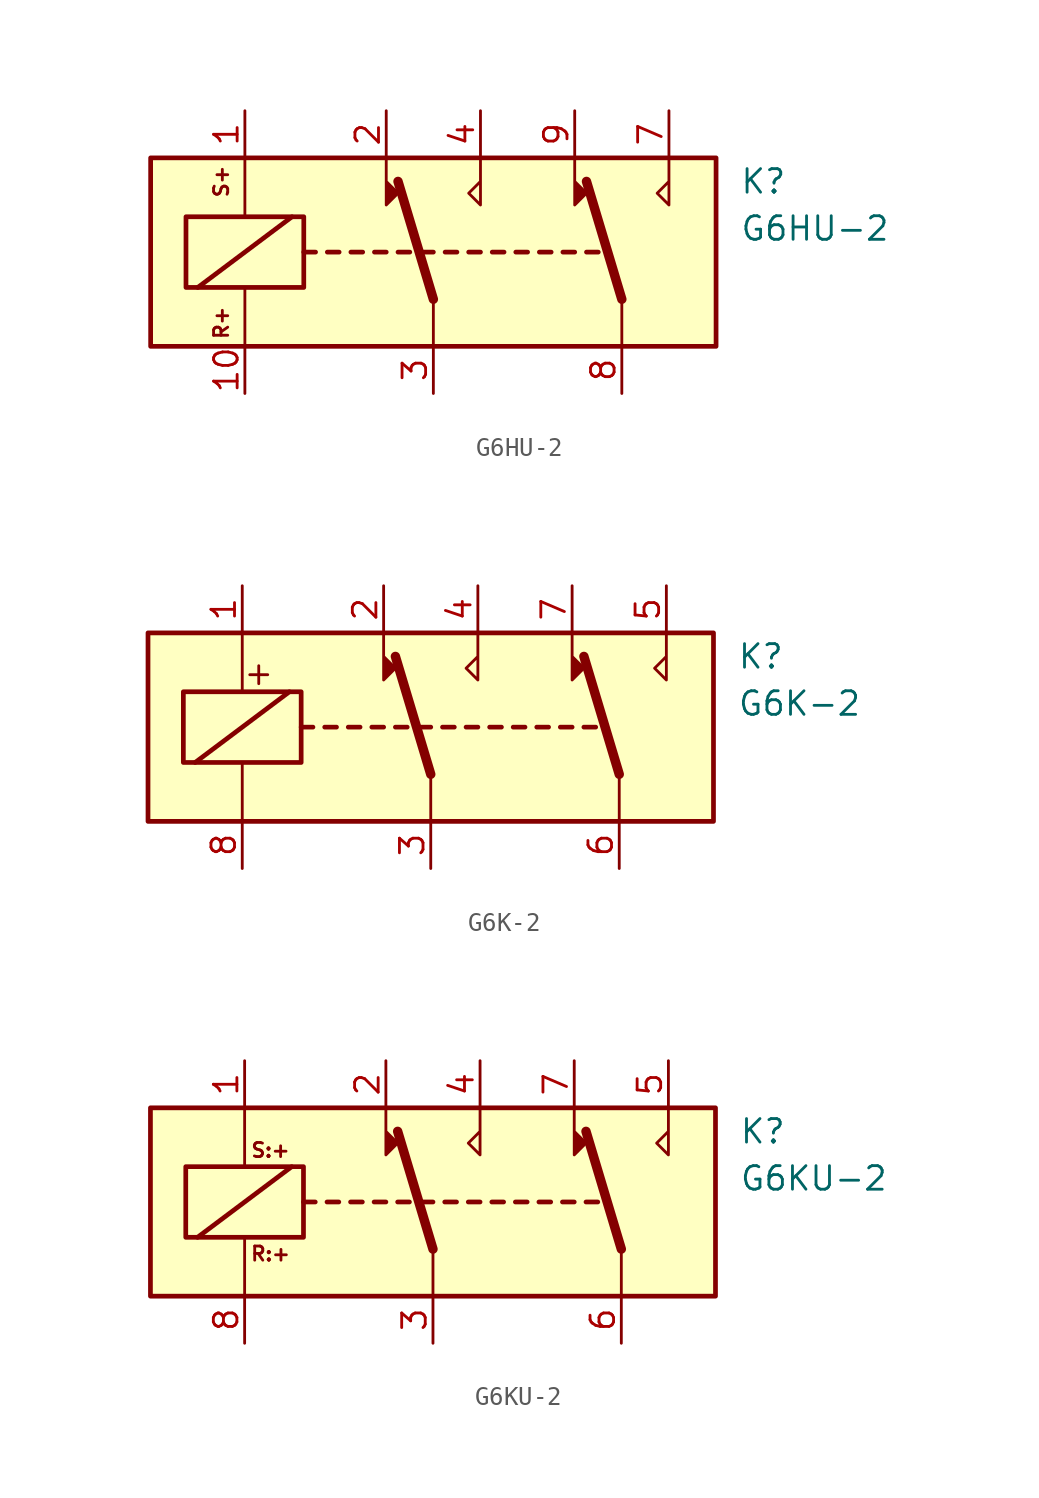
<source format=kicad_sym>
(kicad_symbol_lib
  (version 20201005)
  (generator kicad_symbol_editor)
  (symbol "Relay:G6HU-2"
    (property "Reference" "K"
      (at 16.51 3.81 0)
      (effects (font (size 1.27 1.27)) (justify left)))
    (property "Value" "G6HU-2"
      (at 16.51 1.27 0)
      (effects (font (size 1.27 1.27)) (justify left)))
    (symbol "G6HU-2_0_0"
      (text "R+" (at -11.43 -3.81 900) (effects (font (size 0.762 0.762))))
      (text "S+" (at -11.43 3.81 900) (effects (font (size 0.762 0.762)))))
    (symbol "G6HU-2_0_1"
      (rectangle (start -15.24 5.08) (end 15.24 -5.08) (stroke (width 0.254)) (fill (type background)))
      (rectangle (start -13.335 1.905) (end -6.985 -1.905) (stroke (width 0.254)) (fill (type none)))
      (polyline (pts (xy -12.7 -1.905) (xy -7.62 1.905)) (stroke (width 0.254)) (fill (type none)))
      (polyline (pts (xy -10.16 -5.08) (xy -10.16 -1.905)) (stroke (width 0)) (fill (type none)))
      (polyline (pts (xy -10.16 5.08) (xy -10.16 1.905)) (stroke (width 0)) (fill (type none)))
      (polyline (pts (xy -6.985 0) (xy -6.35 0)) (stroke (width 0.254)) (fill (type none)))
      (polyline (pts (xy -5.715 0) (xy -5.08 0)) (stroke (width 0.254)) (fill (type none)))
      (polyline (pts (xy -4.445 0) (xy -3.81 0)) (stroke (width 0.254)) (fill (type none)))
      (polyline (pts (xy -3.175 0) (xy -2.54 0)) (stroke (width 0.254)) (fill (type none)))
      (polyline (pts (xy -1.905 0) (xy -1.27 0)) (stroke (width 0.254)) (fill (type none)))
      (polyline (pts (xy -0.635 0) (xy 0 0)) (stroke (width 0.254)) (fill (type none)))
      (polyline (pts (xy 0 -2.54) (xy -1.905 3.81)) (stroke (width 0.508)) (fill (type none)))
      (polyline (pts (xy 0 -2.54) (xy 0 -5.08)) (stroke (width 0)) (fill (type none)))
      (polyline (pts (xy 0.635 0) (xy 1.27 0)) (stroke (width 0.254)) (fill (type none)))
      (polyline (pts (xy 1.905 0) (xy 2.54 0)) (stroke (width 0.254)) (fill (type none)))
      (polyline (pts (xy 3.175 0) (xy 3.81 0)) (stroke (width 0.254)) (fill (type none)))
      (polyline (pts (xy 4.445 0) (xy 5.08 0)) (stroke (width 0.254)) (fill (type none)))
      (polyline (pts (xy 5.715 0) (xy 6.35 0)) (stroke (width 0.254)) (fill (type none)))
      (polyline (pts (xy 6.985 0) (xy 7.62 0)) (stroke (width 0.254)) (fill (type none)))
      (polyline (pts (xy 8.255 0) (xy 8.89 0)) (stroke (width 0.254)) (fill (type none)))
      (polyline (pts (xy 10.16 -2.54) (xy 8.255 3.81)) (stroke (width 0.508)) (fill (type none)))
      (polyline (pts (xy 10.16 -2.54) (xy 10.16 -5.08)) (stroke (width 0)) (fill (type none)))
      (polyline (pts (xy -2.54 5.08) (xy -2.54 2.54) (xy -1.905 3.175) (xy -2.54 3.81)) (stroke (width 0)) (fill (type outline)))
      (polyline (pts (xy 2.54 5.08) (xy 2.54 2.54) (xy 1.905 3.175) (xy 2.54 3.81)) (stroke (width 0)) (fill (type none)))
      (polyline (pts (xy 7.62 5.08) (xy 7.62 2.54) (xy 8.255 3.175) (xy 7.62 3.81)) (stroke (width 0)) (fill (type outline)))
      (polyline (pts (xy 12.7 5.08) (xy 12.7 2.54) (xy 12.065 3.175) (xy 12.7 3.81)) (stroke (width 0)) (fill (type none))))
    (symbol "G6HU-2_1_1"
      (pin passive line (at -10.16 7.62 270) (length 2.54) (name "~" (effects (font (size 1.27 1.27)))) (number "1" (effects (font (size 1.27 1.27)))))
      (pin passive line (at -10.16 -7.62 90) (length 2.54) (name "~" (effects (font (size 1.27 1.27)))) (number "10" (effects (font (size 1.27 1.27)))))
      (pin passive line (at -2.54 7.62 270) (length 2.54) (name "~" (effects (font (size 1.27 1.27)))) (number "2" (effects (font (size 1.27 1.27)))))
      (pin passive line (at 0 -7.62 90) (length 2.54) (name "~" (effects (font (size 1.27 1.27)))) (number "3" (effects (font (size 1.27 1.27)))))
      (pin passive line (at 2.54 7.62 270) (length 2.54) (name "~" (effects (font (size 1.27 1.27)))) (number "4" (effects (font (size 1.27 1.27)))))
      (pin no_connect line (at 5.08 -5.08 90) (length 2.54) hide (name "NC" (effects (font (size 1.27 1.27)))) (number "5" (effects (font (size 1.27 1.27)))))
      (pin no_connect line (at 2.54 -5.08 90) (length 2.54) hide (name "NC" (effects (font (size 1.27 1.27)))) (number "6" (effects (font (size 1.27 1.27)))))
      (pin passive line (at 12.7 7.62 270) (length 2.54) (name "~" (effects (font (size 1.27 1.27)))) (number "7" (effects (font (size 1.27 1.27)))))
      (pin passive line (at 10.16 -7.62 90) (length 2.54) (name "~" (effects (font (size 1.27 1.27)))) (number "8" (effects (font (size 1.27 1.27)))))
      (pin passive line (at 7.62 7.62 270) (length 2.54) (name "~" (effects (font (size 1.27 1.27)))) (number "9" (effects (font (size 1.27 1.27)))))))
  (symbol "Relay:G6K-2"
    (property "Reference" "K"
      (at 16.51 3.81 0)
      (effects (font (size 1.27 1.27)) (justify left)))
    (property "Value" "G6K-2"
      (at 16.51 1.27 0)
      (effects (font (size 1.27 1.27)) (justify left)))
    (symbol "G6K-2_0_0"
      (text "+" (at -9.271 2.921 0) (effects (font (size 1.27 1.27)))))
    (symbol "G6K-2_0_1"
      (rectangle (start -15.24 5.08) (end 15.24 -5.08) (stroke (width 0.254)) (fill (type background)))
      (rectangle (start -13.335 1.905) (end -6.985 -1.905) (stroke (width 0.254)) (fill (type none)))
      (polyline (pts (xy -12.7 -1.905) (xy -7.62 1.905)) (stroke (width 0.254)) (fill (type none)))
      (polyline (pts (xy -10.16 -5.08) (xy -10.16 -1.905)) (stroke (width 0)) (fill (type none)))
      (polyline (pts (xy -10.16 5.08) (xy -10.16 1.905)) (stroke (width 0)) (fill (type none)))
      (polyline (pts (xy -6.985 0) (xy -6.35 0)) (stroke (width 0.254)) (fill (type none)))
      (polyline (pts (xy -5.715 0) (xy -5.08 0)) (stroke (width 0.254)) (fill (type none)))
      (polyline (pts (xy -4.445 0) (xy -3.81 0)) (stroke (width 0.254)) (fill (type none)))
      (polyline (pts (xy -3.175 0) (xy -2.54 0)) (stroke (width 0.254)) (fill (type none)))
      (polyline (pts (xy -1.905 0) (xy -1.27 0)) (stroke (width 0.254)) (fill (type none)))
      (polyline (pts (xy -0.635 0) (xy 0 0)) (stroke (width 0.254)) (fill (type none)))
      (polyline (pts (xy 0 -2.54) (xy -1.905 3.81)) (stroke (width 0.508)) (fill (type none)))
      (polyline (pts (xy 0 -2.54) (xy 0 -5.08)) (stroke (width 0)) (fill (type none)))
      (polyline (pts (xy 0.635 0) (xy 1.27 0)) (stroke (width 0.254)) (fill (type none)))
      (polyline (pts (xy 1.905 0) (xy 2.54 0)) (stroke (width 0.254)) (fill (type none)))
      (polyline (pts (xy 3.175 0) (xy 3.81 0)) (stroke (width 0.254)) (fill (type none)))
      (polyline (pts (xy 4.445 0) (xy 5.08 0)) (stroke (width 0.254)) (fill (type none)))
      (polyline (pts (xy 5.715 0) (xy 6.35 0)) (stroke (width 0.254)) (fill (type none)))
      (polyline (pts (xy 6.985 0) (xy 7.62 0)) (stroke (width 0.254)) (fill (type none)))
      (polyline (pts (xy 8.255 0) (xy 8.89 0)) (stroke (width 0.254)) (fill (type none)))
      (polyline (pts (xy 10.16 -2.54) (xy 8.255 3.81)) (stroke (width 0.508)) (fill (type none)))
      (polyline (pts (xy 10.16 -2.54) (xy 10.16 -5.08)) (stroke (width 0)) (fill (type none)))
      (polyline (pts (xy -2.54 5.08) (xy -2.54 2.54) (xy -1.905 3.175) (xy -2.54 3.81)) (stroke (width 0)) (fill (type outline)))
      (polyline (pts (xy 2.54 5.08) (xy 2.54 2.54) (xy 1.905 3.175) (xy 2.54 3.81)) (stroke (width 0)) (fill (type none)))
      (polyline (pts (xy 7.62 5.08) (xy 7.62 2.54) (xy 8.255 3.175) (xy 7.62 3.81)) (stroke (width 0)) (fill (type outline)))
      (polyline (pts (xy 12.7 5.08) (xy 12.7 2.54) (xy 12.065 3.175) (xy 12.7 3.81)) (stroke (width 0)) (fill (type none))))
    (symbol "G6K-2_1_1"
      (pin passive line (at -10.16 7.62 270) (length 2.54) (name "~" (effects (font (size 1.27 1.27)))) (number "1" (effects (font (size 1.27 1.27)))))
      (pin passive line (at -2.54 7.62 270) (length 2.54) (name "~" (effects (font (size 1.27 1.27)))) (number "2" (effects (font (size 1.27 1.27)))))
      (pin passive line (at 0 -7.62 90) (length 2.54) (name "~" (effects (font (size 1.27 1.27)))) (number "3" (effects (font (size 1.27 1.27)))))
      (pin passive line (at 2.54 7.62 270) (length 2.54) (name "~" (effects (font (size 1.27 1.27)))) (number "4" (effects (font (size 1.27 1.27)))))
      (pin passive line (at 12.7 7.62 270) (length 2.54) (name "~" (effects (font (size 1.27 1.27)))) (number "5" (effects (font (size 1.27 1.27)))))
      (pin passive line (at 10.16 -7.62 90) (length 2.54) (name "~" (effects (font (size 1.27 1.27)))) (number "6" (effects (font (size 1.27 1.27)))))
      (pin passive line (at 7.62 7.62 270) (length 2.54) (name "~" (effects (font (size 1.27 1.27)))) (number "7" (effects (font (size 1.27 1.27)))))
      (pin passive line (at -10.16 -7.62 90) (length 2.54) (name "~" (effects (font (size 1.27 1.27)))) (number "8" (effects (font (size 1.27 1.27)))))))
  (symbol "Relay:G6KU-2"
    (property "Reference" "K"
      (at 16.51 3.81 0)
      (effects (font (size 1.27 1.27)) (justify left)))
    (property "Value" "G6KU-2"
      (at 16.51 1.27 0)
      (effects (font (size 1.27 1.27)) (justify left)))
    (symbol "G6KU-2_0_0"
      (text "R:+" (at -8.763 -2.794 0) (effects (font (size 0.762 0.762))))
      (text "S:+" (at -8.763 2.794 0) (effects (font (size 0.762 0.762)))))
    (symbol "G6KU-2_0_1"
      (rectangle (start -15.24 5.08) (end 15.24 -5.08) (stroke (width 0.254)) (fill (type background)))
      (rectangle (start -13.335 1.905) (end -6.985 -1.905) (stroke (width 0.254)) (fill (type none)))
      (polyline (pts (xy -12.7 -1.905) (xy -7.62 1.905)) (stroke (width 0.254)) (fill (type none)))
      (polyline (pts (xy -10.16 -5.08) (xy -10.16 -1.905)) (stroke (width 0)) (fill (type none)))
      (polyline (pts (xy -10.16 5.08) (xy -10.16 1.905)) (stroke (width 0)) (fill (type none)))
      (polyline (pts (xy -6.985 0) (xy -6.35 0)) (stroke (width 0.254)) (fill (type none)))
      (polyline (pts (xy -5.715 0) (xy -5.08 0)) (stroke (width 0.254)) (fill (type none)))
      (polyline (pts (xy -4.445 0) (xy -3.81 0)) (stroke (width 0.254)) (fill (type none)))
      (polyline (pts (xy -3.175 0) (xy -2.54 0)) (stroke (width 0.254)) (fill (type none)))
      (polyline (pts (xy -1.905 0) (xy -1.27 0)) (stroke (width 0.254)) (fill (type none)))
      (polyline (pts (xy -0.635 0) (xy 0 0)) (stroke (width 0.254)) (fill (type none)))
      (polyline (pts (xy 0 -2.54) (xy -1.905 3.81)) (stroke (width 0.508)) (fill (type none)))
      (polyline (pts (xy 0 -2.54) (xy 0 -5.08)) (stroke (width 0)) (fill (type none)))
      (polyline (pts (xy 0.635 0) (xy 1.27 0)) (stroke (width 0.254)) (fill (type none)))
      (polyline (pts (xy 1.905 0) (xy 2.54 0)) (stroke (width 0.254)) (fill (type none)))
      (polyline (pts (xy 3.175 0) (xy 3.81 0)) (stroke (width 0.254)) (fill (type none)))
      (polyline (pts (xy 4.445 0) (xy 5.08 0)) (stroke (width 0.254)) (fill (type none)))
      (polyline (pts (xy 5.715 0) (xy 6.35 0)) (stroke (width 0.254)) (fill (type none)))
      (polyline (pts (xy 6.985 0) (xy 7.62 0)) (stroke (width 0.254)) (fill (type none)))
      (polyline (pts (xy 8.255 0) (xy 8.89 0)) (stroke (width 0.254)) (fill (type none)))
      (polyline (pts (xy 10.16 -2.54) (xy 8.255 3.81)) (stroke (width 0.508)) (fill (type none)))
      (polyline (pts (xy 10.16 -2.54) (xy 10.16 -5.08)) (stroke (width 0)) (fill (type none)))
      (polyline (pts (xy -2.54 5.08) (xy -2.54 2.54) (xy -1.905 3.175) (xy -2.54 3.81)) (stroke (width 0)) (fill (type outline)))
      (polyline (pts (xy 2.54 5.08) (xy 2.54 2.54) (xy 1.905 3.175) (xy 2.54 3.81)) (stroke (width 0)) (fill (type none)))
      (polyline (pts (xy 7.62 5.08) (xy 7.62 2.54) (xy 8.255 3.175) (xy 7.62 3.81)) (stroke (width 0)) (fill (type outline)))
      (polyline (pts (xy 12.7 5.08) (xy 12.7 2.54) (xy 12.065 3.175) (xy 12.7 3.81)) (stroke (width 0)) (fill (type none))))
    (symbol "G6KU-2_1_1"
      (pin passive line (at -10.16 7.62 270) (length 2.54) (name "~" (effects (font (size 1.27 1.27)))) (number "1" (effects (font (size 1.27 1.27)))))
      (pin passive line (at -2.54 7.62 270) (length 2.54) (name "~" (effects (font (size 1.27 1.27)))) (number "2" (effects (font (size 1.27 1.27)))))
      (pin passive line (at 0 -7.62 90) (length 2.54) (name "~" (effects (font (size 1.27 1.27)))) (number "3" (effects (font (size 1.27 1.27)))))
      (pin passive line (at 2.54 7.62 270) (length 2.54) (name "~" (effects (font (size 1.27 1.27)))) (number "4" (effects (font (size 1.27 1.27)))))
      (pin passive line (at 12.7 7.62 270) (length 2.54) (name "~" (effects (font (size 1.27 1.27)))) (number "5" (effects (font (size 1.27 1.27)))))
      (pin passive line (at 10.16 -7.62 90) (length 2.54) (name "~" (effects (font (size 1.27 1.27)))) (number "6" (effects (font (size 1.27 1.27)))))
      (pin passive line (at 7.62 7.62 270) (length 2.54) (name "~" (effects (font (size 1.27 1.27)))) (number "7" (effects (font (size 1.27 1.27)))))
      (pin passive line (at -10.16 -7.62 90) (length 2.54) (name "~" (effects (font (size 1.27 1.27)))) (number "8" (effects (font (size 1.27 1.27))))))))
</source>
